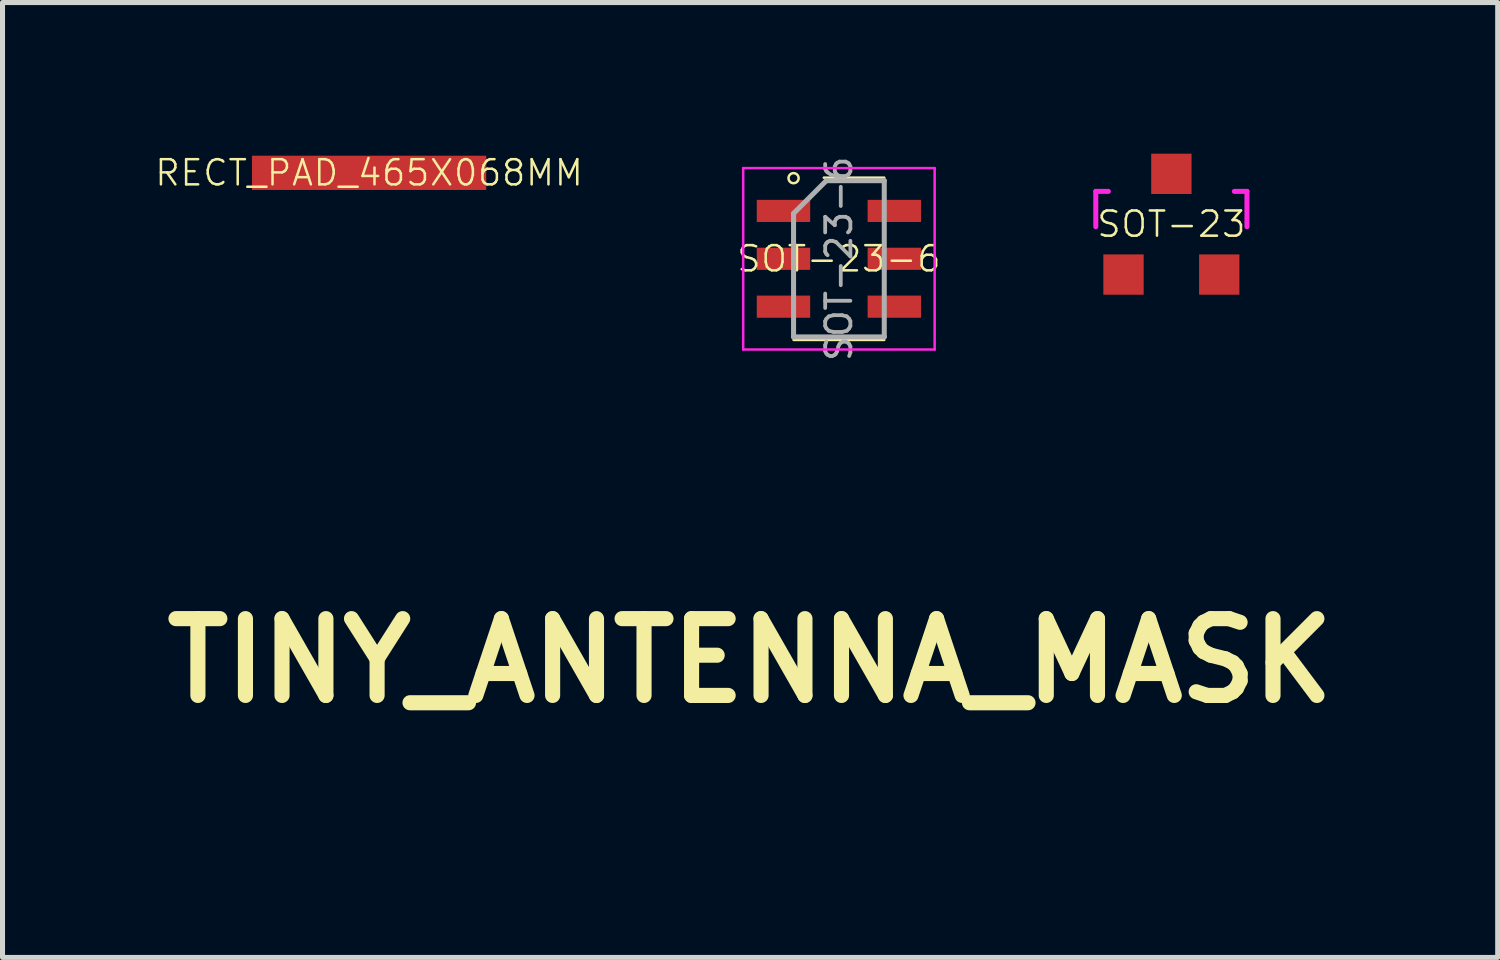
<source format=kicad_pcb>
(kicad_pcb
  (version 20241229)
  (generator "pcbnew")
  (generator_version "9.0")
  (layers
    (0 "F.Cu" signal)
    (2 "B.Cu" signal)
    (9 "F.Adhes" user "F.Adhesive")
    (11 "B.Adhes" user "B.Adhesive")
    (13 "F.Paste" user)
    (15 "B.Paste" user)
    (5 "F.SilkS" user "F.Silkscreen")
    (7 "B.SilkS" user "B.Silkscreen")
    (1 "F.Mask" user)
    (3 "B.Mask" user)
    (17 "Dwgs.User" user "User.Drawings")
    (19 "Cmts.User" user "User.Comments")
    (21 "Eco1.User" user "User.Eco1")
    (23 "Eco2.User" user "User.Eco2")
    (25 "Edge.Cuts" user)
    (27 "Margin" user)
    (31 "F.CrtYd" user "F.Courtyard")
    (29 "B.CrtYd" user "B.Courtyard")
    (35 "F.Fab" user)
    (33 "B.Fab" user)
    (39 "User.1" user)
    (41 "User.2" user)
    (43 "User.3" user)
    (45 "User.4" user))
  (footprint "RECT_PAD_465X068MM"
    (layer "F.Cu")
    (at 4.275 0.38)
    (property "Reference" "RECT_PAD_465X068MM" (at 0 0 0) (layer "F.SilkS") (effects (font (size 0.5 0.5) (thickness 0.05))))
    (attr through_hole)
    (pad "1" smd rect (at 0 0) (size 4.65 0.68) (layers "F.Cu" "F.Mask" "F.Paste")))
  (footprint "SOT-23-6"
    (layer "F.Cu")
    (at 13.599 2.086)
    (property "Reference" "SOT-23-6" (at 0 0 0) (layer "F.SilkS") (effects (font (size 0.5 0.5) (thickness 0.05))))
    (attr smd)
    (fp_line (start -0.9 1.61) (end 0.9 1.61) (stroke (width 0.05) (type solid)) (layer "F.SilkS"))
    (fp_line (start 0.9 -1.61) (end -0.3 -1.61) (stroke (width 0.05) (type solid)) (layer "F.SilkS"))
    (fp_circle (center -0.9 -1.6) (end -0.8 -1.6) (stroke (width 0.05) (type solid)) (fill no) (layer "F.SilkS"))
    (fp_line (start -1.9 -1.8) (end -1.9 1.8) (stroke (width 0.05) (type solid)) (layer "F.CrtYd"))
    (fp_line (start -1.9 1.8) (end 1.9 1.8) (stroke (width 0.05) (type solid)) (layer "F.CrtYd"))
    (fp_line (start 1.9 -1.8) (end -1.9 -1.8) (stroke (width 0.05) (type solid)) (layer "F.CrtYd"))
    (fp_line (start 1.9 1.8) (end 1.9 -1.8) (stroke (width 0.05) (type solid)) (layer "F.CrtYd"))
    (fp_line (start -0.9 -0.9) (end -0.9 1.55) (stroke (width 0.1) (type solid)) (layer "F.Fab"))
    (fp_line (start -0.9 -0.9) (end -0.25 -1.55) (stroke (width 0.1) (type solid)) (layer "F.Fab"))
    (fp_line (start 0.9 -1.55) (end -0.25 -1.55) (stroke (width 0.1) (type solid)) (layer "F.Fab"))
    (fp_line (start 0.9 -1.55) (end 0.9 1.55) (stroke (width 0.1) (type solid)) (layer "F.Fab"))
    (fp_line (start 0.9 1.55) (end -0.9 1.55) (stroke (width 0.1) (type solid)) (layer "F.Fab"))
    (fp_text user "${REFERENCE}" (at 0 0 90) (layer "F.Fab") (effects (font (size 0.5 0.5) (thickness 0.075))))
    (pad "1" smd rect (at -1.1 -0.95) (size 1.06 0.44) (layers "F.Cu" "F.Mask" "F.Paste"))
    (pad "2" smd rect (at -1.1 0) (size 1.06 0.44) (layers "F.Cu" "F.Mask" "F.Paste"))
    (pad "3" smd rect (at -1.1 0.95) (size 1.06 0.44) (layers "F.Cu" "F.Mask" "F.Paste"))
    (pad "4" smd rect (at 1.1 0.95) (size 1.06 0.44) (layers "F.Cu" "F.Mask" "F.Paste"))
    (pad "5" smd rect (at 1.1 0) (size 1.06 0.44) (layers "F.Cu" "F.Mask" "F.Paste"))
    (pad "6" smd rect (at 1.1 -0.95) (size 1.06 0.44) (layers "F.Cu" "F.Mask" "F.Paste")))
  (footprint "TINY_ANTENNA_MASK"
    (layer "F.Cu")
    (at 11.836 10.062)
    (property "Reference" "TINY_ANTENNA_MASK" (at 0 0 0) (layer "F.SilkS") (effects (font (size 1.524 1.524) (thickness 0.3))))
    (attr through_hole)
    (fp_poly (pts (xy 2.44 -1.784) (xy 0.79 -1.784) (xy 0.79 -1.936) (xy 2.44 -1.936)) (stroke (width 0) (type solid)) (fill yes) (layer "F.Mask"))
    (fp_poly (pts (xy 0.108 -2.885) (xy 0.162 -2.876) (xy 0.216 -2.862) (xy 0.221 -2.86) (xy 0.241 -2.853) (xy 0.263 -2.843) (xy 0.288 -2.832) (xy 0.311 -2.821) (xy 0.332 -2.809) (xy 0.342 -2.803) (xy 0.386 -2.773) (xy 0.427 -2.738) (xy 0.465 -2.7) (xy 0.5 -2.658) (xy 0.519 -2.631) (xy 0.547 -2.584) (xy 0.57 -2.535) (xy 0.588 -2.484) (xy 0.601 -2.431) (xy 0.609 -2.378) (xy 0.613 -2.323) (xy 0.611 -2.269) (xy 0.604 -2.214) (xy 0.595 -2.171) (xy 0.579 -2.119) (xy 0.558 -2.069) (xy 0.533 -2.021) (xy 0.503 -1.976) (xy 0.47 -1.935) (xy 0.433 -1.896) (xy 0.392 -1.862) (xy 0.349 -1.831) (xy 0.303 -1.804) (xy 0.254 -1.781) (xy 0.203 -1.763) (xy 0.15 -1.75) (xy 0.114 -1.744) (xy 0.094 -1.742) (xy 0.071 -1.741) (xy 0.045 -1.741) (xy 0.02 -1.741) (xy -0.004 -1.741) (xy -0.026 -1.743) (xy -0.038 -1.744) (xy -0.093 -1.755) (xy -0.146 -1.77) (xy -0.196 -1.79) (xy -0.244 -1.814) (xy -0.29 -1.842) (xy -0.332 -1.875) (xy -0.372 -1.911) (xy -0.407 -1.951) (xy -0.439 -1.994) (xy -0.467 -2.04) (xy -0.491 -2.088) (xy -0.51 -2.14) (xy -0.519 -2.171) (xy -0.53 -2.225) (xy -0.536 -2.28) (xy -0.536 -2.295) (xy -0.208 -2.295) (xy -0.208 -2.288) (xy -0.207 -2.278) (xy -0.207 -2.269) (xy -0.2 -2.226) (xy -0.188 -2.184) (xy -0.172 -2.144) (xy -0.151 -2.107) (xy -0.126 -2.072) (xy -0.096 -2.041) (xy -0.063 -2.013) (xy -0.027 -1.989) (xy -0.011 -1.98) (xy 0.024 -1.964) (xy 0.06 -1.952) (xy 0.099 -1.943) (xy 0.113 -1.941) (xy 0.122 -1.94) (xy 0.135 -1.94) (xy 0.151 -1.94) (xy 0.168 -1.941) (xy 0.186 -1.941) (xy 0.203 -1.943) (xy 0.217 -1.944) (xy 0.227 -1.946) (xy 0.229 -1.946) (xy 0.273 -1.958) (xy 0.315 -1.975) (xy 0.355 -1.997) (xy 0.367 -2.005) (xy 0.384 -2.018) (xy 0.403 -2.034) (xy 0.421 -2.053) (xy 0.439 -2.072) (xy 0.453 -2.09) (xy 0.459 -2.099) (xy 0.482 -2.138) (xy 0.5 -2.178) (xy 0.513 -2.22) (xy 0.52 -2.262) (xy 0.523 -2.305) (xy 0.52 -2.348) (xy 0.513 -2.39) (xy 0.5 -2.432) (xy 0.488 -2.461) (xy 0.466 -2.5) (xy 0.44 -2.536) (xy 0.411 -2.568) (xy 0.378 -2.596) (xy 0.342 -2.62) (xy 0.304 -2.64) (xy 0.262 -2.655) (xy 0.219 -2.665) (xy 0.178 -2.67) (xy 0.169 -2.67) (xy 0.157 -2.67) (xy 0.144 -2.67) (xy 0.13 -2.669) (xy 0.118 -2.668) (xy 0.107 -2.667) (xy 0.099 -2.666) (xy 0.096 -2.665) (xy 0.097 -2.662) (xy 0.099 -2.656) (xy 0.103 -2.647) (xy 0.104 -2.643) (xy 0.112 -2.623) (xy 0.118 -2.604) (xy 0.122 -2.586) (xy 0.124 -2.566) (xy 0.125 -2.55) (xy 0.125 -2.531) (xy 0.125 -2.516) (xy 0.123 -2.502) (xy 0.121 -2.491) (xy 0.112 -2.456) (xy 0.097 -2.424) (xy 0.078 -2.393) (xy 0.055 -2.366) (xy 0.028 -2.342) (xy -0.002 -2.321) (xy -0.035 -2.305) (xy -0.067 -2.294) (xy -0.081 -2.291) (xy -0.099 -2.29) (xy -0.119 -2.289) (xy -0.14 -2.289) (xy -0.159 -2.29) (xy -0.177 -2.292) (xy -0.189 -2.294) (xy -0.198 -2.296) (xy -0.205 -2.298) (xy -0.208 -2.298) (xy -0.208 -2.298) (xy -0.208 -2.295) (xy -0.536 -2.295) (xy -0.536 -2.334) (xy -0.532 -2.387) (xy -0.523 -2.439) (xy -0.509 -2.49) (xy -0.491 -2.54) (xy -0.468 -2.587) (xy -0.441 -2.632) (xy -0.41 -2.675) (xy -0.375 -2.715) (xy -0.336 -2.751) (xy -0.293 -2.784) (xy -0.247 -2.814) (xy -0.214 -2.831) (xy -0.163 -2.853) (xy -0.11 -2.87) (xy -0.057 -2.881) (xy -0.002 -2.888) (xy 0.053 -2.889)) (stroke (width 0) (type solid)) (fill yes) (layer "F.Mask"))
    (fp_poly (pts (xy -1.775 -1.936) (xy -0.709 -1.935) (xy -0.709 -1.785) (xy -1.745 -1.784) (xy -2.78 -1.784) (xy -2.83 -1.73) (xy -2.914 -1.638) (xy -2.993 -1.548) (xy -3.068 -1.458) (xy -3.139 -1.368) (xy -3.207 -1.277) (xy -3.272 -1.185) (xy -3.315 -1.121) (xy -3.327 -1.103) (xy -3.339 -1.085) (xy -3.351 -1.065) (xy -3.364 -1.045) (xy -3.377 -1.025) (xy -3.388 -1.006) (xy -3.399 -0.988) (xy -3.409 -0.973) (xy -3.417 -0.959) (xy -3.423 -0.948) (xy -3.427 -0.941) (xy -3.429 -0.938) (xy -3.426 -0.938) (xy -3.418 -0.938) (xy -3.405 -0.938) (xy -3.386 -0.938) (xy -3.363 -0.938) (xy -3.334 -0.938) (xy -3.301 -0.938) (xy -3.263 -0.938) (xy -3.22 -0.938) (xy -3.173 -0.938) (xy -3.121 -0.938) (xy -3.066 -0.938) (xy -3.005 -0.938) (xy -2.941 -0.938) (xy -2.873 -0.938) (xy -2.8 -0.938) (xy -2.724 -0.937) (xy -2.644 -0.937) (xy -2.561 -0.937) (xy -2.474 -0.937) (xy -2.383 -0.937) (xy -2.29 -0.937) (xy -2.193 -0.937) (xy -2.092 -0.937) (xy -1.989 -0.937) (xy -1.883 -0.937) (xy -1.774 -0.937) (xy -1.663 -0.937) (xy -1.548 -0.937) (xy -1.432 -0.937) (xy -1.312 -0.937) (xy -1.191 -0.937) (xy -1.067 -0.937) (xy -0.941 -0.937) (xy -0.813 -0.937) (xy -0.684 -0.937) (xy -0.552 -0.937) (xy -0.419 -0.937) (xy -0.284 -0.937) (xy -0.147 -0.937) (xy -0.009 -0.937) (xy 0.129 -0.937) (xy 3.688 -0.937) (xy 3.703 -0.905) (xy 3.754 -0.794) (xy 3.801 -0.686) (xy 3.845 -0.579) (xy 3.886 -0.473) (xy 3.924 -0.366) (xy 3.959 -0.259) (xy 3.992 -0.149) (xy 4.024 -0.036) (xy 4.053 0.08) (xy 4.067 0.137) (xy 4.072 0.157) (xy 4.076 0.174) (xy 4.079 0.19) (xy 4.082 0.202) (xy 4.084 0.21) (xy 4.085 0.214) (xy 4.085 0.214) (xy 4.082 0.214) (xy 4.074 0.214) (xy 4.061 0.214) (xy 4.042 0.214) (xy 4.019 0.214) (xy 3.991 0.214) (xy 3.957 0.214) (xy 3.919 0.214) (xy 3.877 0.214) (xy 3.83 0.214) (xy 3.778 0.215) (xy 3.722 0.215) (xy 3.662 0.215) (xy 3.598 0.215) (xy 3.53 0.215) (xy 3.458 0.215) (xy 3.382 0.215) (xy 3.302 0.215) (xy 3.219 0.215) (xy 3.133 0.215) (xy 3.042 0.215) (xy 2.949 0.215) (xy 2.853 0.215) (xy 2.753 0.215) (xy 2.65 0.215) (xy 2.545 0.215) (xy 2.436 0.215) (xy 2.326 0.215) (xy 2.212 0.215) (xy 2.096 0.215) (xy 1.978 0.215) (xy 1.857 0.215) (xy 1.734 0.215) (xy 1.609 0.215) (xy 1.483 0.215) (xy 1.354 0.215) (xy 1.224 0.215) (xy 1.091 0.215) (xy 0.958 0.215) (xy 0.823 0.215) (xy 0.686 0.215) (xy -2.783 0.215) (xy -2.783 1.065) (xy 0.114 1.065) (xy 0.114 2.889) (xy -0.035 2.889) (xy -0.035 2.214) (xy -3.935 2.214) (xy -3.935 2.889) (xy -4.085 2.889) (xy -4.085 2.064) (xy -0.035 2.064) (xy -0.035 1.215) (xy -2.936 1.215) (xy -2.936 0.065) (xy 0.479 0.065) (xy 0.616 0.065) (xy 0.751 0.065) (xy 0.884 0.065) (xy 1.016 0.065) (xy 1.147 0.065) (xy 1.275 0.065) (xy 1.402 0.065) (xy 1.527 0.065) (xy 1.65 0.065) (xy 1.771 0.065) (xy 1.89 0.065) (xy 2.006 0.065) (xy 2.12 0.065) (xy 2.231 0.065) (xy 2.339 0.065) (xy 2.445 0.065) (xy 2.548 0.065) (xy 2.648 0.065) (xy 2.745 0.065) (xy 2.839 0.065) (xy 2.929 0.065) (xy 3.017 0.065) (xy 3.1 0.065) (xy 3.18 0.065) (xy 3.257 0.065) (xy 3.329 0.065) (xy 3.398 0.065) (xy 3.463 0.065) (xy 3.523 0.065) (xy 3.58 0.064) (xy 3.632 0.064) (xy 3.68 0.064) (xy 3.723 0.064) (xy 3.762 0.064) (xy 3.795 0.064) (xy 3.825 0.064) (xy 3.849 0.064) (xy 3.868 0.064) (xy 3.882 0.064) (xy 3.891 0.064) (xy 3.894 0.064) (xy 3.894 0.064) (xy 3.894 0.06) (xy 3.892 0.052) (xy 3.888 0.04) (xy 3.884 0.025) (xy 3.88 0.007) (xy 3.874 -0.012) (xy 3.869 -0.033) (xy 3.863 -0.053) (xy 3.857 -0.074) (xy 3.851 -0.094) (xy 3.849 -0.101) (xy 3.807 -0.24) (xy 3.76 -0.378) (xy 3.708 -0.516) (xy 3.651 -0.655) (xy 3.605 -0.758) (xy 3.593 -0.784) (xy -0.046 -0.784) (xy -0.217 -0.784) (xy -0.382 -0.784) (xy -0.542 -0.784) (xy -0.697 -0.784) (xy -0.846 -0.784) (xy -0.991 -0.784) (xy -1.131 -0.784) (xy -1.266 -0.784) (xy -1.396 -0.784) (xy -1.521 -0.784) (xy -1.642 -0.784) (xy -1.758 -0.784) (xy -1.87 -0.784) (xy -1.978 -0.784) (xy -2.081 -0.784) (xy -2.18 -0.784) (xy -2.275 -0.784) (xy -2.366 -0.784) (xy -2.453 -0.785) (xy -2.536 -0.785) (xy -2.615 -0.785) (xy -2.691 -0.785) (xy -2.763 -0.785) (xy -2.832 -0.785) (xy -2.897 -0.785) (xy -2.959 -0.785) (xy -3.018 -0.785) (xy -3.073 -0.785) (xy -3.126 -0.785) (xy -3.175 -0.785) (xy -3.222 -0.785) (xy -3.265 -0.785) (xy -3.306 -0.785) (xy -3.344 -0.785) (xy -3.38 -0.785) (xy -3.413 -0.786) (xy -3.444 -0.786) (xy -3.472 -0.786) (xy -3.499 -0.786) (xy -3.523 -0.786) (xy -3.545 -0.786) (xy -3.565 -0.786) (xy -3.583 -0.786) (xy -3.599 -0.786) (xy -3.614 -0.787) (xy -3.626 -0.787) (xy -3.638 -0.787) (xy -3.648 -0.787) (xy -3.656 -0.787) (xy -3.663 -0.787) (xy -3.669 -0.787) (xy -3.674 -0.788) (xy -3.678 -0.788) (xy -3.68 -0.788) (xy -3.682 -0.788) (xy -3.683 -0.788) (xy -3.684 -0.789) (xy -3.684 -0.789) (xy -3.682 -0.793) (xy -3.677 -0.801) (xy -3.671 -0.812) (xy -3.663 -0.827) (xy -3.654 -0.844) (xy -3.644 -0.863) (xy -3.633 -0.883) (xy -3.622 -0.903) (xy -3.611 -0.923) (xy -3.6 -0.943) (xy -3.59 -0.961) (xy -3.581 -0.977) (xy -3.573 -0.991) (xy -3.568 -0.999) (xy -3.51 -1.096) (xy -3.448 -1.194) (xy -3.381 -1.293) (xy -3.31 -1.391) (xy -3.235 -1.489) (xy -3.157 -1.586) (xy -3.077 -1.681) (xy -2.994 -1.774) (xy -2.91 -1.865) (xy -2.885 -1.891) (xy -2.84 -1.936)) (stroke (width 0) (type solid)) (fill yes) (layer "F.Mask")))
  (footprint "SOT-23"
    (layer "F.Cu")
    (at 20.197 1.398)
    (property "Reference" "SOT-23" (at 0 0 0) (layer "F.SilkS") (effects (font (size 0.5 0.5) (thickness 0.05))))
    (attr smd)
    (fp_line (start -1.5 -0.65) (end -1.251 -0.65) (stroke (width 0.1) (type solid)) (layer "F.CrtYd"))
    (fp_line (start -1.5 0.051) (end -1.5 -0.65) (stroke (width 0.1) (type solid)) (layer "F.CrtYd"))
    (fp_line (start 1.5 -0.65) (end 1.5 0.051) (stroke (width 0.1) (type solid)) (layer "F.CrtYd"))
    (fp_line (start 1.5 -0.65) (end 1.25 -0.65) (stroke (width 0.1) (type solid)) (layer "F.CrtYd"))
    (pad "1" smd rect (at -0.95 1.001) (size 0.8 0.8) (layers "F.Cu" "F.Mask" "F.Paste"))
    (pad "2" smd rect (at 0.95 1.001) (size 0.8 0.8) (layers "F.Cu" "F.Mask" "F.Paste"))
    (pad "3" smd rect (at 0 -0.998) (size 0.8 0.8) (layers "F.Cu" "F.Mask" "F.Paste")))
  (gr_rect
    (start -3 -3)
    (end 26.673 15.951)
    (stroke (width 0.1) (type default))
    (fill no)
    (layer "Edge.Cuts")))
</source>
